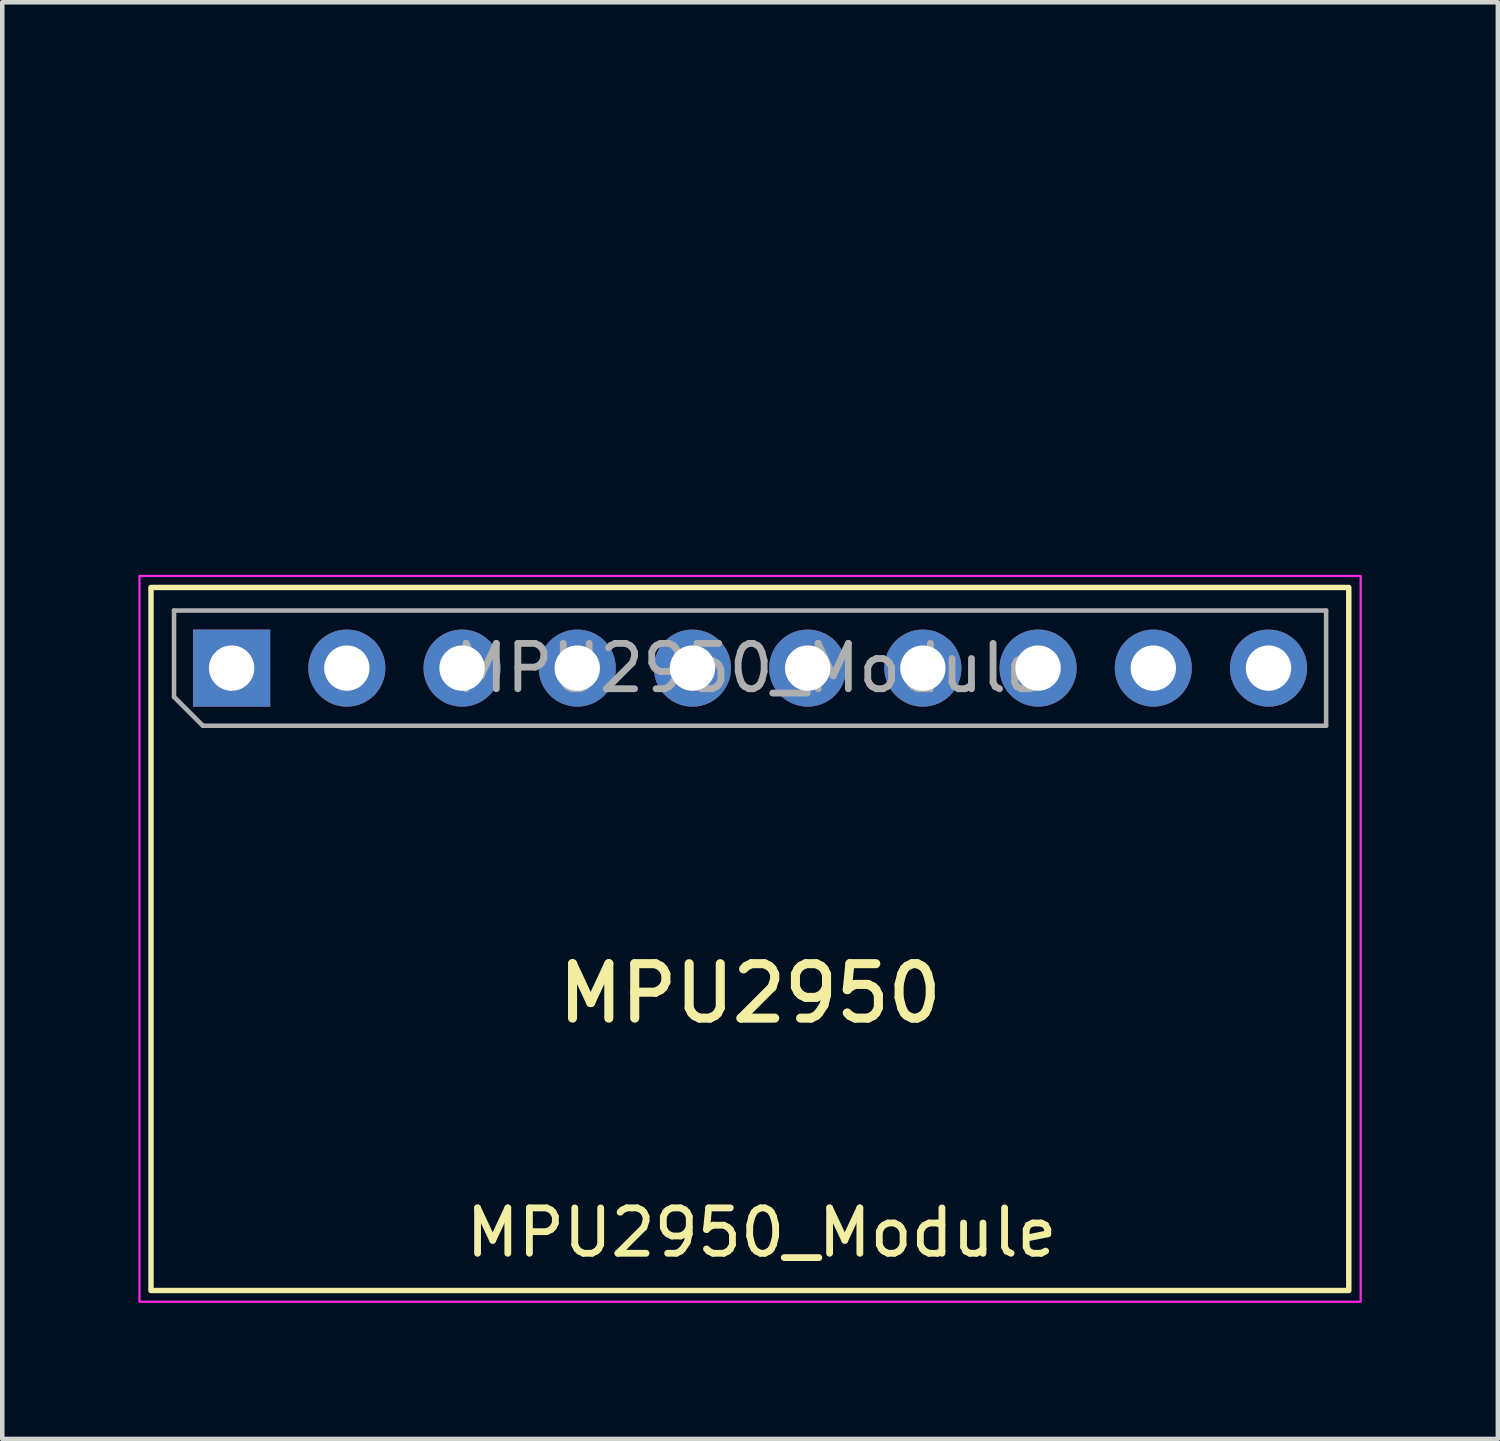
<source format=kicad_pcb>
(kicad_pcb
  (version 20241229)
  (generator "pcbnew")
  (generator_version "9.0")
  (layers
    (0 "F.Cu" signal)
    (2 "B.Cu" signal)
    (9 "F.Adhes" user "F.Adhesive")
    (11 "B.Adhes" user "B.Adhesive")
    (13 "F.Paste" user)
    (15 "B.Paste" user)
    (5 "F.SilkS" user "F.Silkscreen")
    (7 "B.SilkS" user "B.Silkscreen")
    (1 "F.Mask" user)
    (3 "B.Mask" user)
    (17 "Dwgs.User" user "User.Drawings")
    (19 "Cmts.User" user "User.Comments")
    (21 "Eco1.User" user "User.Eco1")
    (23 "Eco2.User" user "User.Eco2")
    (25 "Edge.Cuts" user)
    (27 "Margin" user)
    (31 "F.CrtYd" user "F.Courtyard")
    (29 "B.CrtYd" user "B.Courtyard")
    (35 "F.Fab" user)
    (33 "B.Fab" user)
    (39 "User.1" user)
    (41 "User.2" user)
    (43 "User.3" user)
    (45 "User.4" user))
  (footprint "MPU2950_Module"
    (layer "F.Cu")
    (at 13.487 0.25)
    (property "Reference" "MPU2950_Module" (at 0.254 23.876 180) (layer "F.SilkS") (effects (font (size 1 1) (thickness 0.15))))
    (attr through_hole)
    (fp_rect (start -13.208 9.652) (end 13.2 25.152) (stroke (width 0.12) (type default)) (fill no) (layer "F.SilkS"))
    (fp_rect (start -13.462 9.398) (end 13.462 25.4) (stroke (width 0.05) (type default)) (fill no) (layer "F.CrtYd"))
    (fp_line (start -12.7 10.16) (end 12.7 10.16) (stroke (width 0.1) (type solid)) (layer "F.Fab"))
    (fp_line (start -12.7 12.065) (end -12.7 10.16) (stroke (width 0.1) (type solid)) (layer "F.Fab"))
    (fp_line (start -12.065 12.7) (end -12.7 12.065) (stroke (width 0.1) (type solid)) (layer "F.Fab"))
    (fp_line (start 12.7 10.16) (end 12.7 12.7) (stroke (width 0.1) (type solid)) (layer "F.Fab"))
    (fp_line (start 12.7 12.7) (end -12.065 12.7) (stroke (width 0.1) (type solid)) (layer "F.Fab"))
    (fp_text user "MPU2950" (at 0 19.304 0) (unlocked yes) (layer "F.SilkS") (effects (font (size 1.2 1.2) (thickness 0.2) (bold yes)) (justify bottom)))
    (fp_text user "${REFERENCE}" (at 0 11.43 180) (layer "F.Fab") (effects (font (size 1 1) (thickness 0.15))))
    (pad "1" thru_hole rect (at -11.43 11.43 90) (size 1.7 1.7) (drill 1) (layers "*.Cu" "*.Mask"))
    (pad "2" thru_hole oval (at -8.89 11.43 90) (size 1.7 1.7) (drill 1) (layers "*.Cu" "*.Mask"))
    (pad "3" thru_hole oval (at -6.35 11.43 90) (size 1.7 1.7) (drill 1) (layers "*.Cu" "*.Mask"))
    (pad "4" thru_hole oval (at -3.81 11.43 90) (size 1.7 1.7) (drill 1) (layers "*.Cu" "*.Mask"))
    (pad "5" thru_hole oval (at -1.27 11.43 90) (size 1.7 1.7) (drill 1) (layers "*.Cu" "*.Mask"))
    (pad "6" thru_hole oval (at 1.27 11.43 90) (size 1.7 1.7) (drill 1) (layers "*.Cu" "*.Mask"))
    (pad "7" thru_hole oval (at 3.81 11.43 90) (size 1.7 1.7) (drill 1) (layers "*.Cu" "*.Mask"))
    (pad "8" thru_hole oval (at 6.35 11.43 90) (size 1.7 1.7) (drill 1) (layers "*.Cu" "*.Mask"))
    (pad "9" thru_hole oval (at 8.89 11.43 90) (size 1.7 1.7) (drill 1) (layers "*.Cu" "*.Mask"))
    (pad "10" thru_hole oval (at 11.43 11.43 90) (size 1.7 1.7) (drill 1) (layers "*.Cu" "*.Mask")))
  (gr_rect
    (start -3 -3)
    (end 29.974 28.675)
    (stroke (width 0.1) (type default))
    (fill no)
    (layer "Edge.Cuts")))
</source>
